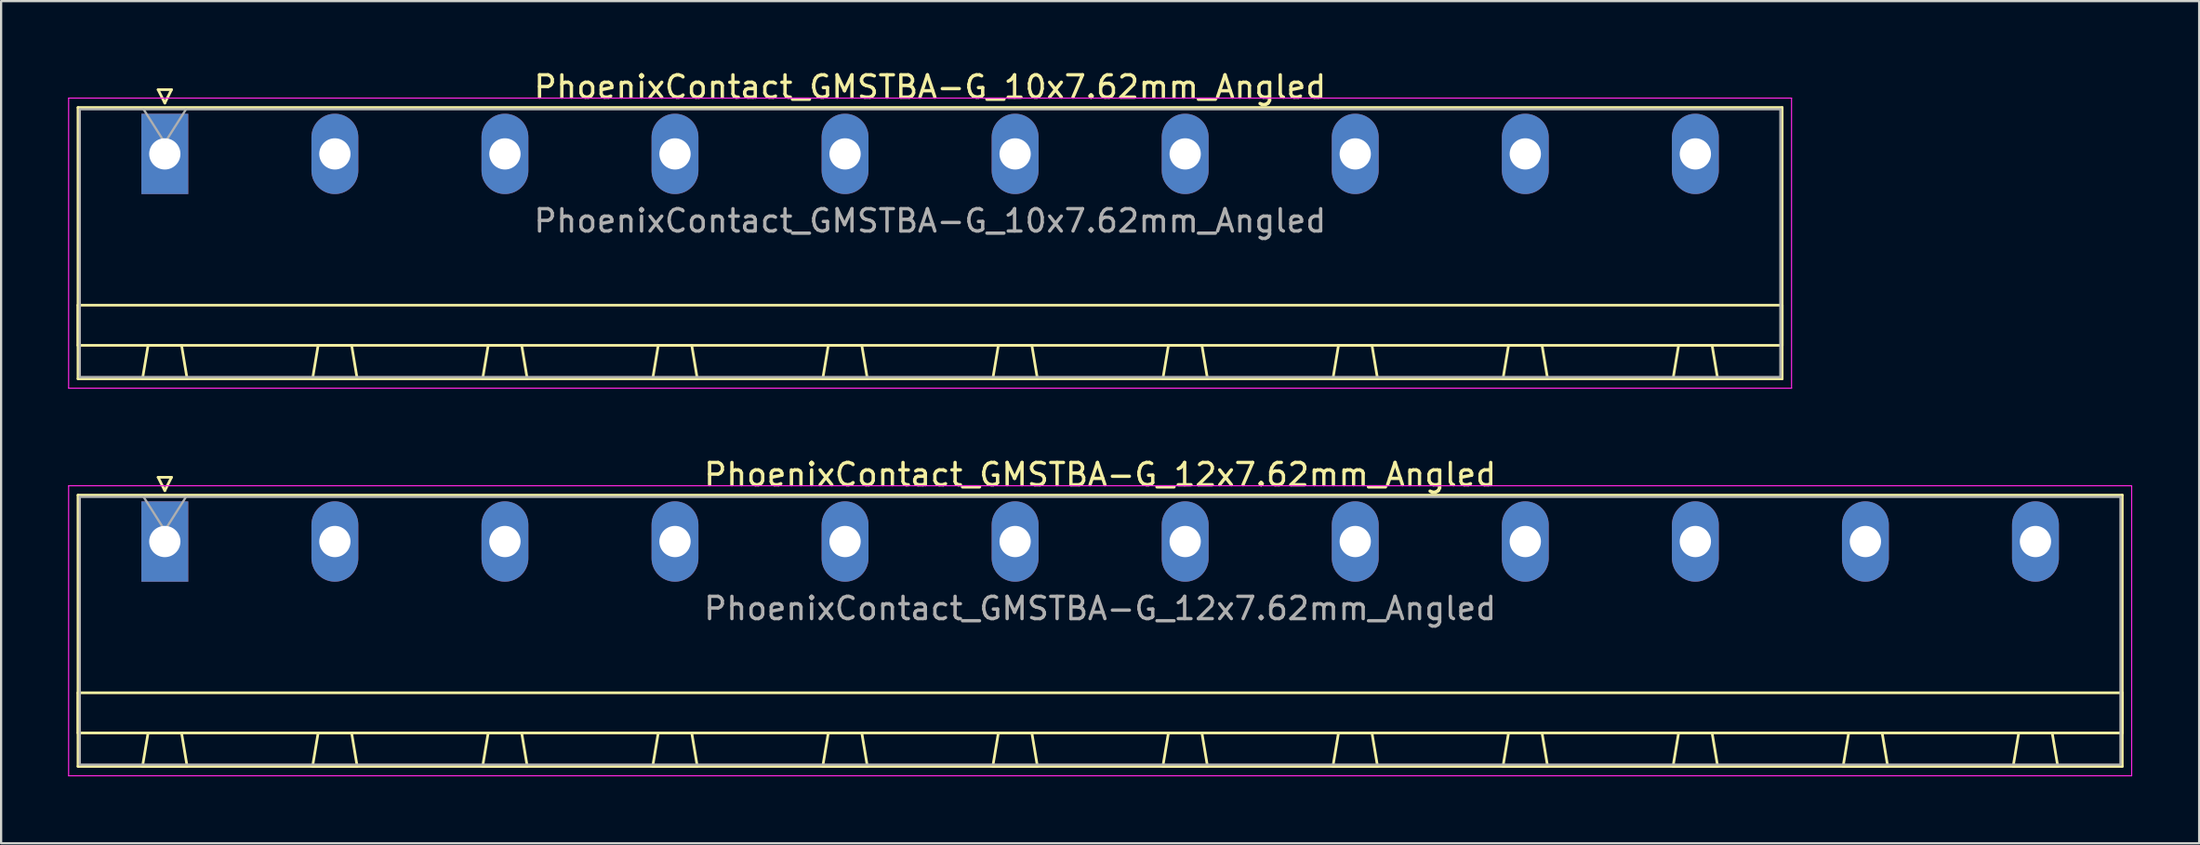
<source format=kicad_pcb>
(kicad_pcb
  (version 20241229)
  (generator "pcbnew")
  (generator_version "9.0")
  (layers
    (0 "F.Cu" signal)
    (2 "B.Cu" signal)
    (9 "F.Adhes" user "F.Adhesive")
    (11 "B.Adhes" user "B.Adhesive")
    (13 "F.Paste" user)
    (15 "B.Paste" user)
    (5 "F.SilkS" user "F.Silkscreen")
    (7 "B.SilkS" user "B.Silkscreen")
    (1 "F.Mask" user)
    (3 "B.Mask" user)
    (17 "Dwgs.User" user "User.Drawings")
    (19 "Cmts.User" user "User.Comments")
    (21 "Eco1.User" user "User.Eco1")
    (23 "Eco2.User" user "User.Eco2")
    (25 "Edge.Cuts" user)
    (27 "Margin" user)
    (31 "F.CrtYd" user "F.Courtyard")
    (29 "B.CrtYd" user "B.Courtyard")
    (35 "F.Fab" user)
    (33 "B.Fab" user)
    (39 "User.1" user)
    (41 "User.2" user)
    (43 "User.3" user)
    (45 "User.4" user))
  (footprint "PhoenixContact_GMSTBA-G_12x7.62mm_Angled"
    (layer "F.Cu")
    (at 4.335 21.221)
    (property "Reference" "PhoenixContact_GMSTBA-G_12x7.62mm_Angled" (at 41.91 -3 0) (layer "F.SilkS") (effects (font (size 1 1) (thickness 0.15))))
    (attr through_hole)
    (fp_line (start -3.89 -2.08) (end -3.89 10.08) (stroke (width 0.12) (type solid)) (layer "F.SilkS"))
    (fp_line (start -3.89 6.78) (end 87.71 6.78) (stroke (width 0.12) (type solid)) (layer "F.SilkS"))
    (fp_line (start -3.89 8.58) (end -3.89 6.78) (stroke (width 0.12) (type solid)) (layer "F.SilkS"))
    (fp_line (start -3.89 10.08) (end 87.71 10.08) (stroke (width 0.12) (type solid)) (layer "F.SilkS"))
    (fp_line (start -1 10.08) (end 1 10.08) (stroke (width 0.12) (type solid)) (layer "F.SilkS"))
    (fp_line (start -0.75 8.58) (end -1 10.08) (stroke (width 0.12) (type solid)) (layer "F.SilkS"))
    (fp_line (start -0.3 -2.88) (end 0.3 -2.88) (stroke (width 0.12) (type solid)) (layer "F.SilkS"))
    (fp_line (start 0 -2.28) (end -0.3 -2.88) (stroke (width 0.12) (type solid)) (layer "F.SilkS"))
    (fp_line (start 0.3 -2.88) (end 0 -2.28) (stroke (width 0.12) (type solid)) (layer "F.SilkS"))
    (fp_line (start 0.75 8.58) (end -0.75 8.58) (stroke (width 0.12) (type solid)) (layer "F.SilkS"))
    (fp_line (start 1 10.08) (end 0.75 8.58) (stroke (width 0.12) (type solid)) (layer "F.SilkS"))
    (fp_line (start 6.62 10.08) (end 8.62 10.08) (stroke (width 0.12) (type solid)) (layer "F.SilkS"))
    (fp_line (start 6.87 8.58) (end 6.62 10.08) (stroke (width 0.12) (type solid)) (layer "F.SilkS"))
    (fp_line (start 8.37 8.58) (end 6.87 8.58) (stroke (width 0.12) (type solid)) (layer "F.SilkS"))
    (fp_line (start 8.62 10.08) (end 8.37 8.58) (stroke (width 0.12) (type solid)) (layer "F.SilkS"))
    (fp_line (start 14.24 10.08) (end 16.24 10.08) (stroke (width 0.12) (type solid)) (layer "F.SilkS"))
    (fp_line (start 14.49 8.58) (end 14.24 10.08) (stroke (width 0.12) (type solid)) (layer "F.SilkS"))
    (fp_line (start 15.99 8.58) (end 14.49 8.58) (stroke (width 0.12) (type solid)) (layer "F.SilkS"))
    (fp_line (start 16.24 10.08) (end 15.99 8.58) (stroke (width 0.12) (type solid)) (layer "F.SilkS"))
    (fp_line (start 21.86 10.08) (end 23.86 10.08) (stroke (width 0.12) (type solid)) (layer "F.SilkS"))
    (fp_line (start 22.11 8.58) (end 21.86 10.08) (stroke (width 0.12) (type solid)) (layer "F.SilkS"))
    (fp_line (start 23.61 8.58) (end 22.11 8.58) (stroke (width 0.12) (type solid)) (layer "F.SilkS"))
    (fp_line (start 23.86 10.08) (end 23.61 8.58) (stroke (width 0.12) (type solid)) (layer "F.SilkS"))
    (fp_line (start 29.48 10.08) (end 31.48 10.08) (stroke (width 0.12) (type solid)) (layer "F.SilkS"))
    (fp_line (start 29.73 8.58) (end 29.48 10.08) (stroke (width 0.12) (type solid)) (layer "F.SilkS"))
    (fp_line (start 31.23 8.58) (end 29.73 8.58) (stroke (width 0.12) (type solid)) (layer "F.SilkS"))
    (fp_line (start 31.48 10.08) (end 31.23 8.58) (stroke (width 0.12) (type solid)) (layer "F.SilkS"))
    (fp_line (start 37.1 10.08) (end 39.1 10.08) (stroke (width 0.12) (type solid)) (layer "F.SilkS"))
    (fp_line (start 37.35 8.58) (end 37.1 10.08) (stroke (width 0.12) (type solid)) (layer "F.SilkS"))
    (fp_line (start 38.85 8.58) (end 37.35 8.58) (stroke (width 0.12) (type solid)) (layer "F.SilkS"))
    (fp_line (start 39.1 10.08) (end 38.85 8.58) (stroke (width 0.12) (type solid)) (layer "F.SilkS"))
    (fp_line (start 44.72 10.08) (end 46.72 10.08) (stroke (width 0.12) (type solid)) (layer "F.SilkS"))
    (fp_line (start 44.97 8.58) (end 44.72 10.08) (stroke (width 0.12) (type solid)) (layer "F.SilkS"))
    (fp_line (start 46.47 8.58) (end 44.97 8.58) (stroke (width 0.12) (type solid)) (layer "F.SilkS"))
    (fp_line (start 46.72 10.08) (end 46.47 8.58) (stroke (width 0.12) (type solid)) (layer "F.SilkS"))
    (fp_line (start 52.34 10.08) (end 54.34 10.08) (stroke (width 0.12) (type solid)) (layer "F.SilkS"))
    (fp_line (start 52.59 8.58) (end 52.34 10.08) (stroke (width 0.12) (type solid)) (layer "F.SilkS"))
    (fp_line (start 54.09 8.58) (end 52.59 8.58) (stroke (width 0.12) (type solid)) (layer "F.SilkS"))
    (fp_line (start 54.34 10.08) (end 54.09 8.58) (stroke (width 0.12) (type solid)) (layer "F.SilkS"))
    (fp_line (start 59.96 10.08) (end 61.96 10.08) (stroke (width 0.12) (type solid)) (layer "F.SilkS"))
    (fp_line (start 60.21 8.58) (end 59.96 10.08) (stroke (width 0.12) (type solid)) (layer "F.SilkS"))
    (fp_line (start 61.71 8.58) (end 60.21 8.58) (stroke (width 0.12) (type solid)) (layer "F.SilkS"))
    (fp_line (start 61.96 10.08) (end 61.71 8.58) (stroke (width 0.12) (type solid)) (layer "F.SilkS"))
    (fp_line (start 67.58 10.08) (end 69.58 10.08) (stroke (width 0.12) (type solid)) (layer "F.SilkS"))
    (fp_line (start 67.83 8.58) (end 67.58 10.08) (stroke (width 0.12) (type solid)) (layer "F.SilkS"))
    (fp_line (start 69.33 8.58) (end 67.83 8.58) (stroke (width 0.12) (type solid)) (layer "F.SilkS"))
    (fp_line (start 69.58 10.08) (end 69.33 8.58) (stroke (width 0.12) (type solid)) (layer "F.SilkS"))
    (fp_line (start 75.2 10.08) (end 77.2 10.08) (stroke (width 0.12) (type solid)) (layer "F.SilkS"))
    (fp_line (start 75.45 8.58) (end 75.2 10.08) (stroke (width 0.12) (type solid)) (layer "F.SilkS"))
    (fp_line (start 76.95 8.58) (end 75.45 8.58) (stroke (width 0.12) (type solid)) (layer "F.SilkS"))
    (fp_line (start 77.2 10.08) (end 76.95 8.58) (stroke (width 0.12) (type solid)) (layer "F.SilkS"))
    (fp_line (start 82.82 10.08) (end 84.82 10.08) (stroke (width 0.12) (type solid)) (layer "F.SilkS"))
    (fp_line (start 83.07 8.58) (end 82.82 10.08) (stroke (width 0.12) (type solid)) (layer "F.SilkS"))
    (fp_line (start 84.57 8.58) (end 83.07 8.58) (stroke (width 0.12) (type solid)) (layer "F.SilkS"))
    (fp_line (start 84.82 10.08) (end 84.57 8.58) (stroke (width 0.12) (type solid)) (layer "F.SilkS"))
    (fp_line (start 87.71 -2.08) (end -3.89 -2.08) (stroke (width 0.12) (type solid)) (layer "F.SilkS"))
    (fp_line (start 87.71 6.78) (end 87.71 8.58) (stroke (width 0.12) (type solid)) (layer "F.SilkS"))
    (fp_line (start 87.71 8.58) (end -3.89 8.58) (stroke (width 0.12) (type solid)) (layer "F.SilkS"))
    (fp_line (start 87.71 10.08) (end 87.71 -2.08) (stroke (width 0.12) (type solid)) (layer "F.SilkS"))
    (fp_line (start -4.31 -2.5) (end -4.31 10.5) (stroke (width 0.05) (type solid)) (layer "F.CrtYd"))
    (fp_line (start -4.31 10.5) (end 88.13 10.5) (stroke (width 0.05) (type solid)) (layer "F.CrtYd"))
    (fp_line (start 88.13 -2.5) (end -4.31 -2.5) (stroke (width 0.05) (type solid)) (layer "F.CrtYd"))
    (fp_line (start 88.13 10.5) (end 88.13 -2.5) (stroke (width 0.05) (type solid)) (layer "F.CrtYd"))
    (fp_line (start -3.81 -2) (end -3.81 10) (stroke (width 0.1) (type solid)) (layer "F.Fab"))
    (fp_line (start -3.81 10) (end 87.63 10) (stroke (width 0.1) (type solid)) (layer "F.Fab"))
    (fp_line (start 0 -0.5) (end -0.95 -2) (stroke (width 0.1) (type solid)) (layer "F.Fab"))
    (fp_line (start 0.95 -2) (end 0 -0.5) (stroke (width 0.1) (type solid)) (layer "F.Fab"))
    (fp_line (start 87.63 -2) (end -3.81 -2) (stroke (width 0.1) (type solid)) (layer "F.Fab"))
    (fp_line (start 87.63 10) (end 87.63 -2) (stroke (width 0.1) (type solid)) (layer "F.Fab"))
    (fp_text user "${REFERENCE}" (at 41.91 3 0) (layer "F.Fab") (effects (font (size 1 1) (thickness 0.15))))
    (pad "1" thru_hole rect (at 0 0) (size 2.1 3.6) (drill 1.4) (layers "*.Cu" "*.Mask"))
    (pad "2" thru_hole oval (at 7.62 0) (size 2.1 3.6) (drill 1.4) (layers "*.Cu" "*.Mask"))
    (pad "3" thru_hole oval (at 15.24 0) (size 2.1 3.6) (drill 1.4) (layers "*.Cu" "*.Mask"))
    (pad "4" thru_hole oval (at 22.86 0) (size 2.1 3.6) (drill 1.4) (layers "*.Cu" "*.Mask"))
    (pad "5" thru_hole oval (at 30.48 0) (size 2.1 3.6) (drill 1.4) (layers "*.Cu" "*.Mask"))
    (pad "6" thru_hole oval (at 38.1 0) (size 2.1 3.6) (drill 1.4) (layers "*.Cu" "*.Mask"))
    (pad "7" thru_hole oval (at 45.72 0) (size 2.1 3.6) (drill 1.4) (layers "*.Cu" "*.Mask"))
    (pad "8" thru_hole oval (at 53.34 0) (size 2.1 3.6) (drill 1.4) (layers "*.Cu" "*.Mask"))
    (pad "9" thru_hole oval (at 60.96 0) (size 2.1 3.6) (drill 1.4) (layers "*.Cu" "*.Mask"))
    (pad "10" thru_hole oval (at 68.58 0) (size 2.1 3.6) (drill 1.4) (layers "*.Cu" "*.Mask"))
    (pad "11" thru_hole oval (at 76.2 0) (size 2.1 3.6) (drill 1.4) (layers "*.Cu" "*.Mask"))
    (pad "12" thru_hole oval (at 83.82 0) (size 2.1 3.6) (drill 1.4) (layers "*.Cu" "*.Mask")))
  (footprint "PhoenixContact_GMSTBA-G_10x7.62mm_Angled"
    (layer "F.Cu")
    (at 4.335 3.848)
    (property "Reference" "PhoenixContact_GMSTBA-G_10x7.62mm_Angled" (at 34.29 -3 0) (layer "F.SilkS") (effects (font (size 1 1) (thickness 0.15))))
    (attr through_hole)
    (fp_line (start -3.89 -2.08) (end -3.89 10.08) (stroke (width 0.12) (type solid)) (layer "F.SilkS"))
    (fp_line (start -3.89 6.78) (end 72.47 6.78) (stroke (width 0.12) (type solid)) (layer "F.SilkS"))
    (fp_line (start -3.89 8.58) (end -3.89 6.78) (stroke (width 0.12) (type solid)) (layer "F.SilkS"))
    (fp_line (start -3.89 10.08) (end 72.47 10.08) (stroke (width 0.12) (type solid)) (layer "F.SilkS"))
    (fp_line (start -1 10.08) (end 1 10.08) (stroke (width 0.12) (type solid)) (layer "F.SilkS"))
    (fp_line (start -0.75 8.58) (end -1 10.08) (stroke (width 0.12) (type solid)) (layer "F.SilkS"))
    (fp_line (start -0.3 -2.88) (end 0.3 -2.88) (stroke (width 0.12) (type solid)) (layer "F.SilkS"))
    (fp_line (start 0 -2.28) (end -0.3 -2.88) (stroke (width 0.12) (type solid)) (layer "F.SilkS"))
    (fp_line (start 0.3 -2.88) (end 0 -2.28) (stroke (width 0.12) (type solid)) (layer "F.SilkS"))
    (fp_line (start 0.75 8.58) (end -0.75 8.58) (stroke (width 0.12) (type solid)) (layer "F.SilkS"))
    (fp_line (start 1 10.08) (end 0.75 8.58) (stroke (width 0.12) (type solid)) (layer "F.SilkS"))
    (fp_line (start 6.62 10.08) (end 8.62 10.08) (stroke (width 0.12) (type solid)) (layer "F.SilkS"))
    (fp_line (start 6.87 8.58) (end 6.62 10.08) (stroke (width 0.12) (type solid)) (layer "F.SilkS"))
    (fp_line (start 8.37 8.58) (end 6.87 8.58) (stroke (width 0.12) (type solid)) (layer "F.SilkS"))
    (fp_line (start 8.62 10.08) (end 8.37 8.58) (stroke (width 0.12) (type solid)) (layer "F.SilkS"))
    (fp_line (start 14.24 10.08) (end 16.24 10.08) (stroke (width 0.12) (type solid)) (layer "F.SilkS"))
    (fp_line (start 14.49 8.58) (end 14.24 10.08) (stroke (width 0.12) (type solid)) (layer "F.SilkS"))
    (fp_line (start 15.99 8.58) (end 14.49 8.58) (stroke (width 0.12) (type solid)) (layer "F.SilkS"))
    (fp_line (start 16.24 10.08) (end 15.99 8.58) (stroke (width 0.12) (type solid)) (layer "F.SilkS"))
    (fp_line (start 21.86 10.08) (end 23.86 10.08) (stroke (width 0.12) (type solid)) (layer "F.SilkS"))
    (fp_line (start 22.11 8.58) (end 21.86 10.08) (stroke (width 0.12) (type solid)) (layer "F.SilkS"))
    (fp_line (start 23.61 8.58) (end 22.11 8.58) (stroke (width 0.12) (type solid)) (layer "F.SilkS"))
    (fp_line (start 23.86 10.08) (end 23.61 8.58) (stroke (width 0.12) (type solid)) (layer "F.SilkS"))
    (fp_line (start 29.48 10.08) (end 31.48 10.08) (stroke (width 0.12) (type solid)) (layer "F.SilkS"))
    (fp_line (start 29.73 8.58) (end 29.48 10.08) (stroke (width 0.12) (type solid)) (layer "F.SilkS"))
    (fp_line (start 31.23 8.58) (end 29.73 8.58) (stroke (width 0.12) (type solid)) (layer "F.SilkS"))
    (fp_line (start 31.48 10.08) (end 31.23 8.58) (stroke (width 0.12) (type solid)) (layer "F.SilkS"))
    (fp_line (start 37.1 10.08) (end 39.1 10.08) (stroke (width 0.12) (type solid)) (layer "F.SilkS"))
    (fp_line (start 37.35 8.58) (end 37.1 10.08) (stroke (width 0.12) (type solid)) (layer "F.SilkS"))
    (fp_line (start 38.85 8.58) (end 37.35 8.58) (stroke (width 0.12) (type solid)) (layer "F.SilkS"))
    (fp_line (start 39.1 10.08) (end 38.85 8.58) (stroke (width 0.12) (type solid)) (layer "F.SilkS"))
    (fp_line (start 44.72 10.08) (end 46.72 10.08) (stroke (width 0.12) (type solid)) (layer "F.SilkS"))
    (fp_line (start 44.97 8.58) (end 44.72 10.08) (stroke (width 0.12) (type solid)) (layer "F.SilkS"))
    (fp_line (start 46.47 8.58) (end 44.97 8.58) (stroke (width 0.12) (type solid)) (layer "F.SilkS"))
    (fp_line (start 46.72 10.08) (end 46.47 8.58) (stroke (width 0.12) (type solid)) (layer "F.SilkS"))
    (fp_line (start 52.34 10.08) (end 54.34 10.08) (stroke (width 0.12) (type solid)) (layer "F.SilkS"))
    (fp_line (start 52.59 8.58) (end 52.34 10.08) (stroke (width 0.12) (type solid)) (layer "F.SilkS"))
    (fp_line (start 54.09 8.58) (end 52.59 8.58) (stroke (width 0.12) (type solid)) (layer "F.SilkS"))
    (fp_line (start 54.34 10.08) (end 54.09 8.58) (stroke (width 0.12) (type solid)) (layer "F.SilkS"))
    (fp_line (start 59.96 10.08) (end 61.96 10.08) (stroke (width 0.12) (type solid)) (layer "F.SilkS"))
    (fp_line (start 60.21 8.58) (end 59.96 10.08) (stroke (width 0.12) (type solid)) (layer "F.SilkS"))
    (fp_line (start 61.71 8.58) (end 60.21 8.58) (stroke (width 0.12) (type solid)) (layer "F.SilkS"))
    (fp_line (start 61.96 10.08) (end 61.71 8.58) (stroke (width 0.12) (type solid)) (layer "F.SilkS"))
    (fp_line (start 67.58 10.08) (end 69.58 10.08) (stroke (width 0.12) (type solid)) (layer "F.SilkS"))
    (fp_line (start 67.83 8.58) (end 67.58 10.08) (stroke (width 0.12) (type solid)) (layer "F.SilkS"))
    (fp_line (start 69.33 8.58) (end 67.83 8.58) (stroke (width 0.12) (type solid)) (layer "F.SilkS"))
    (fp_line (start 69.58 10.08) (end 69.33 8.58) (stroke (width 0.12) (type solid)) (layer "F.SilkS"))
    (fp_line (start 72.47 -2.08) (end -3.89 -2.08) (stroke (width 0.12) (type solid)) (layer "F.SilkS"))
    (fp_line (start 72.47 6.78) (end 72.47 8.58) (stroke (width 0.12) (type solid)) (layer "F.SilkS"))
    (fp_line (start 72.47 8.58) (end -3.89 8.58) (stroke (width 0.12) (type solid)) (layer "F.SilkS"))
    (fp_line (start 72.47 10.08) (end 72.47 -2.08) (stroke (width 0.12) (type solid)) (layer "F.SilkS"))
    (fp_line (start -4.31 -2.5) (end -4.31 10.5) (stroke (width 0.05) (type solid)) (layer "F.CrtYd"))
    (fp_line (start -4.31 10.5) (end 72.89 10.5) (stroke (width 0.05) (type solid)) (layer "F.CrtYd"))
    (fp_line (start 72.89 -2.5) (end -4.31 -2.5) (stroke (width 0.05) (type solid)) (layer "F.CrtYd"))
    (fp_line (start 72.89 10.5) (end 72.89 -2.5) (stroke (width 0.05) (type solid)) (layer "F.CrtYd"))
    (fp_line (start -3.81 -2) (end -3.81 10) (stroke (width 0.1) (type solid)) (layer "F.Fab"))
    (fp_line (start -3.81 10) (end 72.39 10) (stroke (width 0.1) (type solid)) (layer "F.Fab"))
    (fp_line (start 0 -0.5) (end -0.95 -2) (stroke (width 0.1) (type solid)) (layer "F.Fab"))
    (fp_line (start 0.95 -2) (end 0 -0.5) (stroke (width 0.1) (type solid)) (layer "F.Fab"))
    (fp_line (start 72.39 -2) (end -3.81 -2) (stroke (width 0.1) (type solid)) (layer "F.Fab"))
    (fp_line (start 72.39 10) (end 72.39 -2) (stroke (width 0.1) (type solid)) (layer "F.Fab"))
    (fp_text user "${REFERENCE}" (at 34.29 3 0) (layer "F.Fab") (effects (font (size 1 1) (thickness 0.15))))
    (pad "1" thru_hole rect (at 0 0) (size 2.1 3.6) (drill 1.4) (layers "*.Cu" "*.Mask"))
    (pad "2" thru_hole oval (at 7.62 0) (size 2.1 3.6) (drill 1.4) (layers "*.Cu" "*.Mask"))
    (pad "3" thru_hole oval (at 15.24 0) (size 2.1 3.6) (drill 1.4) (layers "*.Cu" "*.Mask"))
    (pad "4" thru_hole oval (at 22.86 0) (size 2.1 3.6) (drill 1.4) (layers "*.Cu" "*.Mask"))
    (pad "5" thru_hole oval (at 30.48 0) (size 2.1 3.6) (drill 1.4) (layers "*.Cu" "*.Mask"))
    (pad "6" thru_hole oval (at 38.1 0) (size 2.1 3.6) (drill 1.4) (layers "*.Cu" "*.Mask"))
    (pad "7" thru_hole oval (at 45.72 0) (size 2.1 3.6) (drill 1.4) (layers "*.Cu" "*.Mask"))
    (pad "8" thru_hole oval (at 53.34 0) (size 2.1 3.6) (drill 1.4) (layers "*.Cu" "*.Mask"))
    (pad "9" thru_hole oval (at 60.96 0) (size 2.1 3.6) (drill 1.4) (layers "*.Cu" "*.Mask"))
    (pad "10" thru_hole oval (at 68.58 0) (size 2.1 3.6) (drill 1.4) (layers "*.Cu" "*.Mask")))
  (gr_rect
    (start -3 -3)
    (end 95.49 34.746)
    (stroke (width 0.1) (type default))
    (fill no)
    (layer "Edge.Cuts")))
</source>
